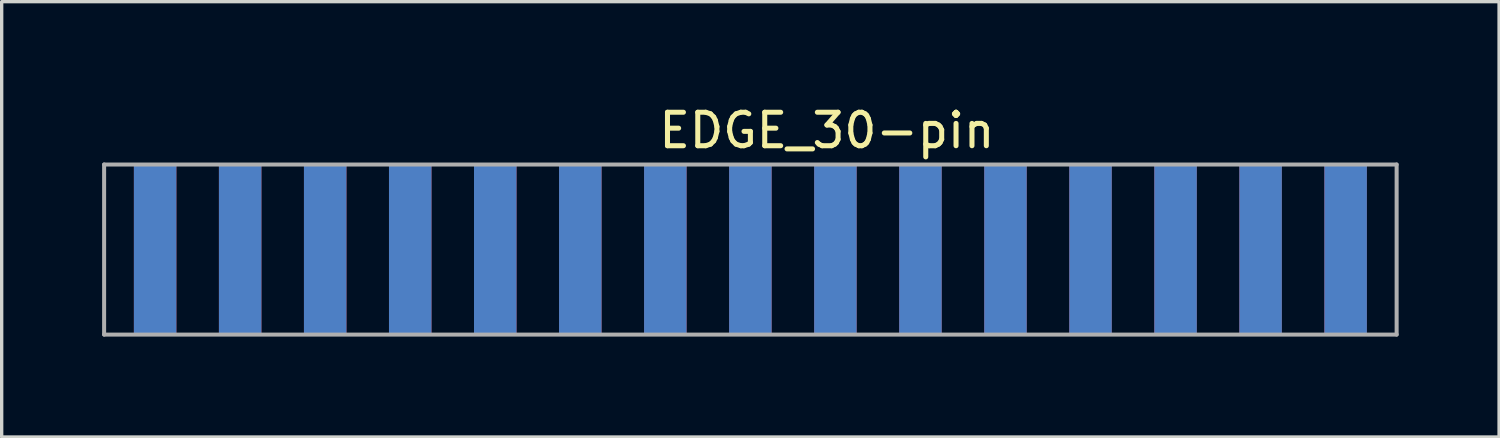
<source format=kicad_pcb>
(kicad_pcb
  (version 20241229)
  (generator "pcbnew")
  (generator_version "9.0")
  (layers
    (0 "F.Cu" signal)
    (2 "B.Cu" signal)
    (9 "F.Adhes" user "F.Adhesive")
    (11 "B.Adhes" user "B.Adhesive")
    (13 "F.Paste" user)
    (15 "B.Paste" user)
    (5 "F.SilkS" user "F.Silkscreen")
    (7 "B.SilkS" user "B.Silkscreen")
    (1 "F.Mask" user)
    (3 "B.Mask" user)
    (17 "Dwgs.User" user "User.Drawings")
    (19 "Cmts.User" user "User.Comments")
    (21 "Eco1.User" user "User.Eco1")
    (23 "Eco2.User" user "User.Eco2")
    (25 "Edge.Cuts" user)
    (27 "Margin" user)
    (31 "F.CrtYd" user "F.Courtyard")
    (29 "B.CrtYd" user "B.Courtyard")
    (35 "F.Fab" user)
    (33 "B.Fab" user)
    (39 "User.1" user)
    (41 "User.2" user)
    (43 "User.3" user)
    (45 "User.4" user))
  (footprint "EDGE_30-pin"
    (layer "F.Cu")
    (at 1.584 1.864)
    (property "Reference" "EDGE_30-pin" (at 20.066 -1.016 0) (layer "F.SilkS") (effects (font (size 1 1) (thickness 0.15))))
    (attr through_hole)
    (fp_line (start -1.524 0) (end -1.524 5.08) (stroke (width 0.12) (type solid)) (layer "F.Fab"))
    (fp_line (start -1.524 5.08) (end 37.084 5.08) (stroke (width 0.12) (type solid)) (layer "F.Fab"))
    (fp_line (start 37.084 0) (end -1.524 0) (stroke (width 0.12) (type solid)) (layer "F.Fab"))
    (fp_line (start 37.084 5.08) (end 37.084 0) (stroke (width 0.12) (type solid)) (layer "F.Fab"))
    (pad "a1" smd rect (at 0 2.54) (size 1.27 5) (layers "F.Cu" "F.Mask" "F.Paste"))
    (pad "a2" smd rect (at 2.54 2.54) (size 1.27 5) (layers "F.Cu" "F.Mask" "F.Paste"))
    (pad "a3" smd rect (at 5.08 2.54) (size 1.27 5) (layers "F.Cu" "F.Mask" "F.Paste"))
    (pad "a4" smd rect (at 7.62 2.54) (size 1.27 5) (layers "F.Cu" "F.Mask" "F.Paste"))
    (pad "a5" smd rect (at 10.16 2.54) (size 1.27 5) (layers "F.Cu" "F.Mask" "F.Paste"))
    (pad "a6" smd rect (at 12.7 2.54) (size 1.27 5) (layers "F.Cu" "F.Mask" "F.Paste"))
    (pad "a7" smd rect (at 15.24 2.54) (size 1.27 5) (layers "F.Cu" "F.Mask" "F.Paste"))
    (pad "a8" smd rect (at 17.78 2.54) (size 1.27 5) (layers "F.Cu" "F.Mask" "F.Paste"))
    (pad "a9" smd rect (at 20.32 2.54) (size 1.27 5) (layers "F.Cu" "F.Mask" "F.Paste"))
    (pad "a10" smd rect (at 22.86 2.54) (size 1.27 5) (layers "F.Cu" "F.Mask" "F.Paste"))
    (pad "a11" smd rect (at 25.4 2.54) (size 1.27 5) (layers "F.Cu" "F.Mask" "F.Paste"))
    (pad "a12" smd rect (at 27.94 2.54) (size 1.27 5) (layers "F.Cu" "F.Mask" "F.Paste"))
    (pad "a13" smd rect (at 30.48 2.54) (size 1.27 5) (layers "F.Cu" "F.Mask" "F.Paste"))
    (pad "a14" smd rect (at 33.02 2.54) (size 1.27 5) (layers "F.Cu" "F.Mask" "F.Paste"))
    (pad "a15" smd rect (at 35.56 2.54) (size 1.27 5) (layers "F.Cu" "F.Mask" "F.Paste"))
    (pad "b1" smd rect (at 0 2.54) (size 1.27 5) (layers "B.Cu" "B.Mask" "B.Paste"))
    (pad "b2" smd rect (at 2.54 2.54) (size 1.27 5) (layers "B.Cu" "B.Mask" "B.Paste"))
    (pad "b3" smd rect (at 5.08 2.54) (size 1.27 5) (layers "B.Cu" "B.Mask" "B.Paste"))
    (pad "b4" smd rect (at 7.62 2.54) (size 1.27 5) (layers "B.Cu" "B.Mask" "B.Paste"))
    (pad "b5" smd rect (at 10.16 2.54) (size 1.27 5) (layers "B.Cu" "B.Mask" "B.Paste"))
    (pad "b6" smd rect (at 12.7 2.54) (size 1.27 5) (layers "B.Cu" "B.Mask" "B.Paste"))
    (pad "b7" smd rect (at 15.24 2.54) (size 1.27 5) (layers "B.Cu" "B.Mask" "B.Paste"))
    (pad "b8" smd rect (at 17.78 2.54) (size 1.27 5) (layers "B.Cu" "B.Mask" "B.Paste"))
    (pad "b9" smd rect (at 20.32 2.54) (size 1.27 5) (layers "B.Cu" "B.Mask" "B.Paste"))
    (pad "b10" smd rect (at 22.86 2.54) (size 1.27 5) (layers "B.Cu" "B.Mask" "B.Paste"))
    (pad "b11" smd rect (at 25.4 2.54) (size 1.27 5) (layers "B.Cu" "B.Mask" "B.Paste"))
    (pad "b12" smd rect (at 27.94 2.54) (size 1.27 5) (layers "B.Cu" "B.Mask" "B.Paste"))
    (pad "b13" smd rect (at 30.48 2.54) (size 1.27 5) (layers "B.Cu" "B.Mask" "B.Paste"))
    (pad "b14" smd rect (at 33.02 2.54) (size 1.27 5) (layers "B.Cu" "B.Mask" "B.Paste"))
    (pad "b15" smd rect (at 35.56 2.54) (size 1.27 5) (layers "B.Cu" "B.Mask" "B.Paste")))
  (gr_rect
    (start -3 -3)
    (end 41.728 10.004)
    (stroke (width 0.1) (type default))
    (fill no)
    (layer "Edge.Cuts")))
</source>
